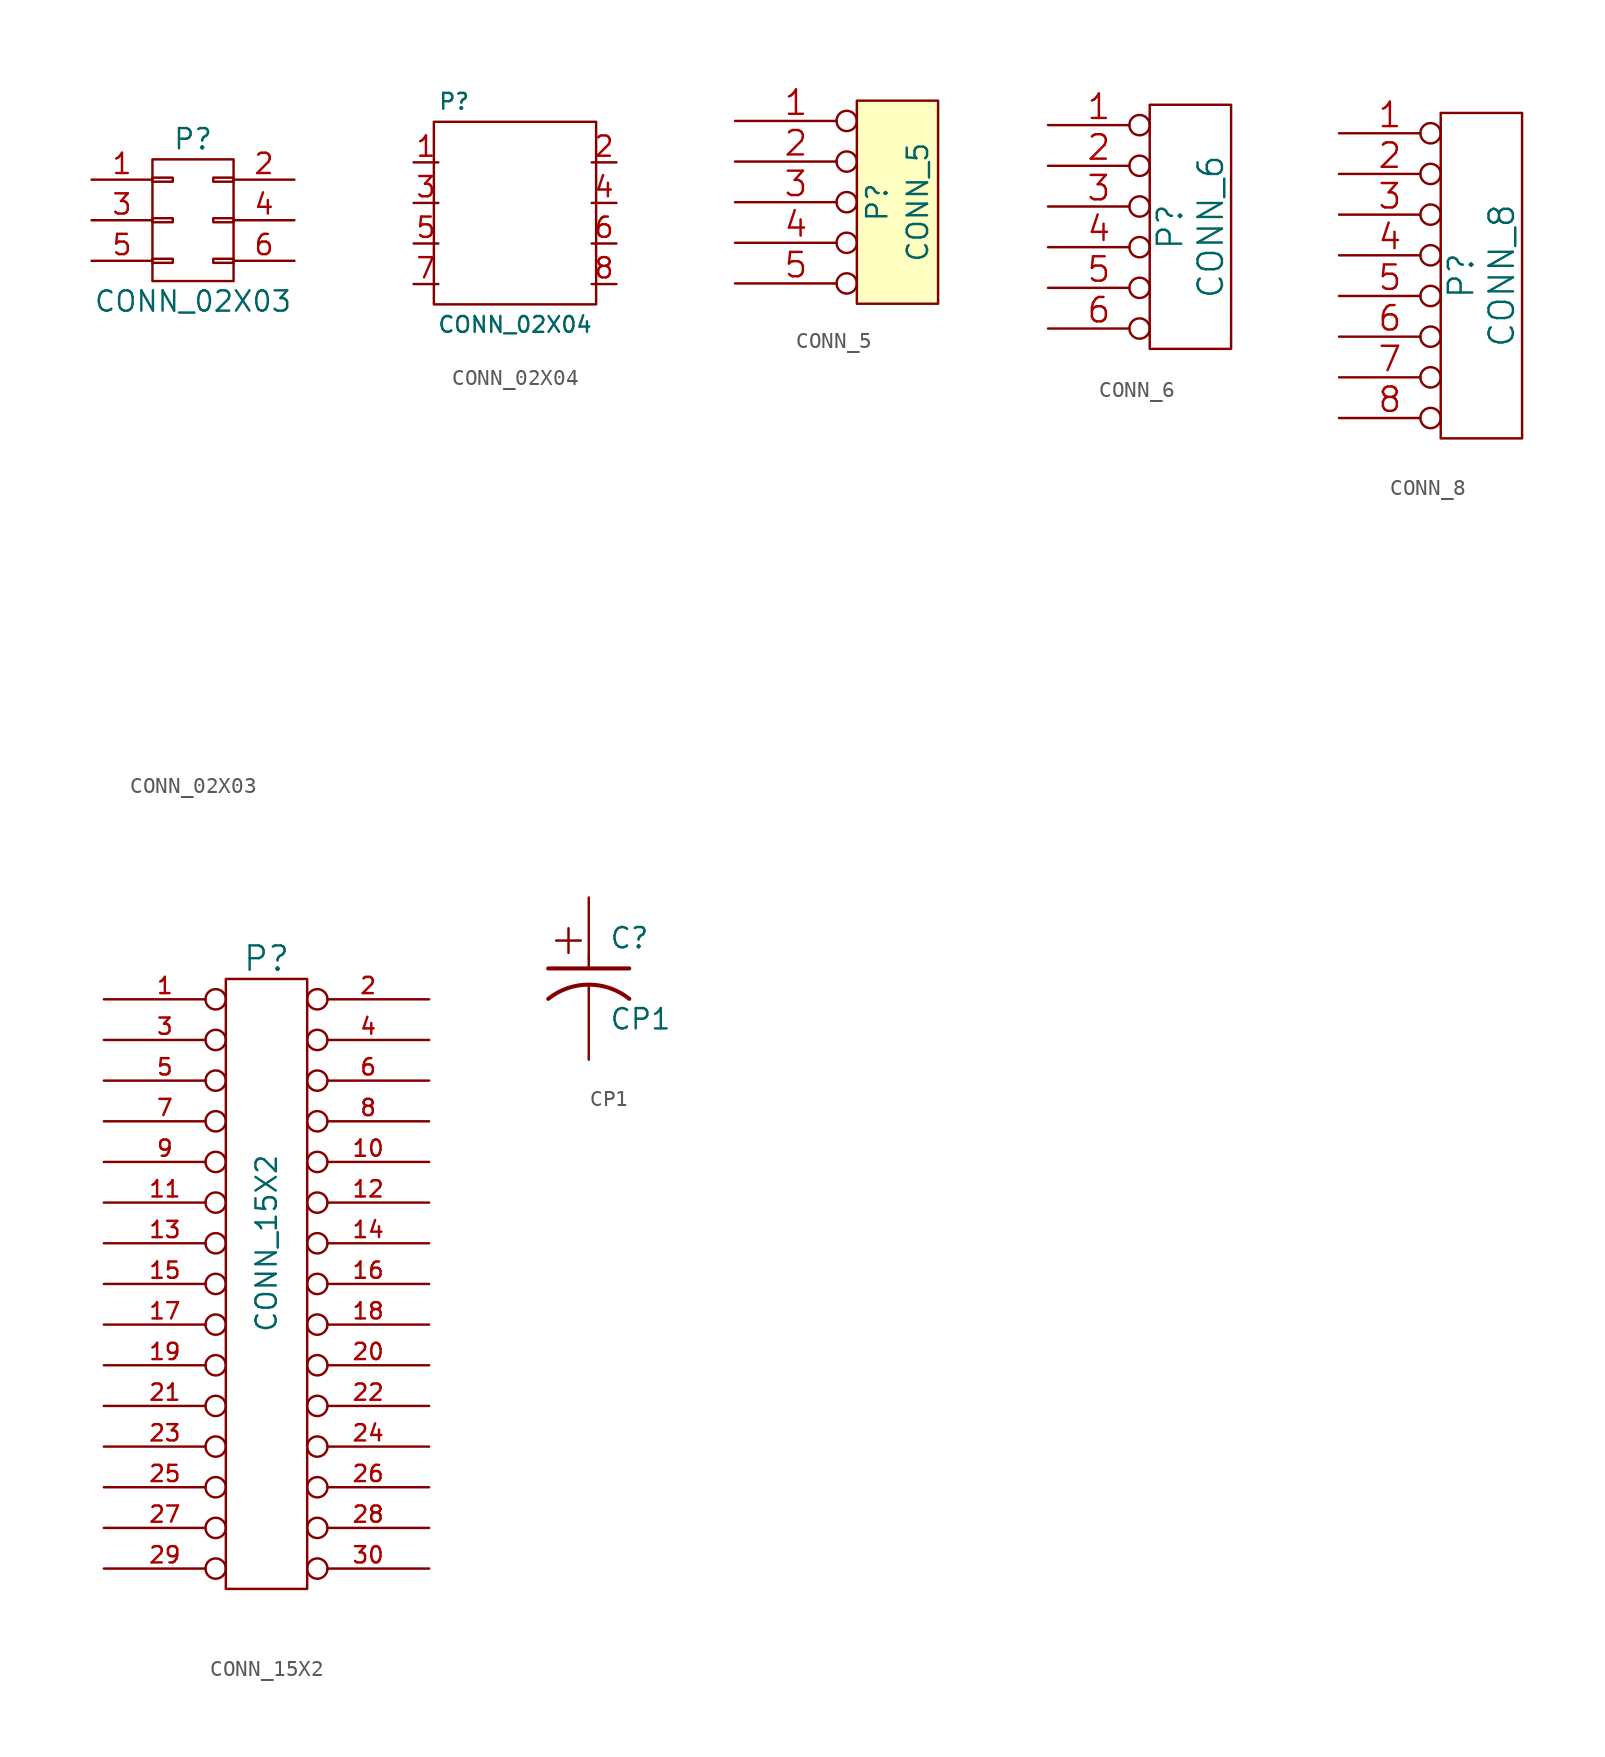
<source format=kicad_sym>
(kicad_symbol_lib
  (version 20211014)
  (generator kicad_symbol_editor)
  (symbol "CONN_02X03"
    (pin_names
      (offset 0.025) hide)
    (property "Reference" "P"
      (at 0 5.08 0)
      (effects (font (size 1.27 1.27))))
    (property "Value" "CONN_02X03"
      (at 0 -5.08 0)
      (effects (font (size 1.27 1.27))))
    (property "Footprint" ""
      (at 0 -30.48 0)
      (effects (font (size 1.27 1.27))))
    (property "Datasheet" ""
      (at 0 -30.48 0)
      (effects (font (size 1.27 1.27))))
    (symbol "CONN_02X03_0_1"
      (rectangle (start -2.54 -2.413) (end -1.27 -2.667) (stroke (width 0) (type default) (color 0 0 0 0)) (fill (type none)))
      (rectangle (start -2.54 0.127) (end -1.27 -0.127) (stroke (width 0) (type default) (color 0 0 0 0)) (fill (type none)))
      (rectangle (start -2.54 2.667) (end -1.27 2.413) (stroke (width 0) (type default) (color 0 0 0 0)) (fill (type none)))
      (rectangle (start -2.54 3.81) (end 2.54 -3.81) (stroke (width 0) (type default) (color 0 0 0 0)) (fill (type none)))
      (rectangle (start 1.27 -2.413) (end 2.54 -2.667) (stroke (width 0) (type default) (color 0 0 0 0)) (fill (type none)))
      (rectangle (start 1.27 0.127) (end 2.54 -0.127) (stroke (width 0) (type default) (color 0 0 0 0)) (fill (type none)))
      (rectangle (start 1.27 2.667) (end 2.54 2.413) (stroke (width 0) (type default) (color 0 0 0 0)) (fill (type none))))
    (symbol "CONN_02X03_1_1"
      (pin passive line (at -6.35 2.54 0) (length 3.81) (name "P1" (effects (font (size 1.27 1.27)))) (number "1" (effects (font (size 1.27 1.27)))))
      (pin passive line (at 6.35 2.54 180) (length 3.81) (name "P2" (effects (font (size 1.27 1.27)))) (number "2" (effects (font (size 1.27 1.27)))))
      (pin passive line (at -6.35 0 0) (length 3.81) (name "P3" (effects (font (size 1.27 1.27)))) (number "3" (effects (font (size 1.27 1.27)))))
      (pin passive line (at 6.35 0 180) (length 3.81) (name "P4" (effects (font (size 1.27 1.27)))) (number "4" (effects (font (size 1.27 1.27)))))
      (pin passive line (at -6.35 -2.54 0) (length 3.81) (name "P5" (effects (font (size 1.27 1.27)))) (number "5" (effects (font (size 1.27 1.27)))))
      (pin passive line (at 6.35 -2.54 180) (length 3.81) (name "P6" (effects (font (size 1.27 1.27)))) (number "6" (effects (font (size 1.27 1.27)))))))
  (symbol "CONN_02X04"
    (pin_names
      (offset 1.016))
    (property "Reference" "P"
      (at -3.81 7.62 0)
      (effects (font (size 0.991 0.991))))
    (property "Value" "CONN_02X04"
      (at 0 -6.35 0)
      (effects (font (size 0.991 0.991))))
    (symbol "CONN_02X04_0_1"
      (rectangle (start -5.08 6.35) (end 5.08 -5.08) (stroke (width 0) (type default) (color 0 0 0 0)) (fill (type none))))
    (symbol "CONN_02X04_1_1"
      (pin passive line (at -6.35 3.81 0) (length 1.549) (name "~" (effects (font (size 1.27 1.27)))) (number "1" (effects (font (size 1.27 1.27)))))
      (pin passive line (at 6.35 3.81 180) (length 1.549) (name "~" (effects (font (size 1.27 1.27)))) (number "2" (effects (font (size 1.27 1.27)))))
      (pin passive line (at -6.35 1.27 0) (length 1.549) (name "~" (effects (font (size 1.27 1.27)))) (number "3" (effects (font (size 1.27 1.27)))))
      (pin passive line (at 6.35 1.27 180) (length 1.549) (name "~" (effects (font (size 1.27 1.27)))) (number "4" (effects (font (size 1.27 1.27)))))
      (pin passive line (at -6.35 -1.27 0) (length 1.549) (name "~" (effects (font (size 1.27 1.27)))) (number "5" (effects (font (size 1.27 1.27)))))
      (pin passive line (at 6.35 -1.27 180) (length 1.549) (name "~" (effects (font (size 1.27 1.27)))) (number "6" (effects (font (size 1.27 1.27)))))
      (pin passive line (at -6.35 -3.81 0) (length 1.549) (name "~" (effects (font (size 1.27 1.27)))) (number "7" (effects (font (size 1.27 1.27)))))
      (pin passive line (at 6.35 -3.81 180) (length 1.549) (name "~" (effects (font (size 1.27 1.27)))) (number "8" (effects (font (size 1.27 1.27)))))))
  (symbol "CONN_5"
    (pin_names
      (offset 1.016))
    (property "Reference" "P"
      (at -1.27 0 90)
      (effects (font (size 1.27 1.27))))
    (property "Value" "CONN_5"
      (at 1.27 0 90)
      (effects (font (size 1.27 1.27))))
    (property "Footprint" ""
      (at 0 0 0)
      (effects (font (size 1.524 1.524))))
    (property "Datasheet" ""
      (at 0 0 0)
      (effects (font (size 1.524 1.524))))
    (symbol "CONN_5_0_1"
      (rectangle (start -2.54 6.35) (end 2.54 -6.35) (stroke (width 0) (type default) (color 0 0 0 0)) (fill (type background))))
    (symbol "CONN_5_1_1"
      (pin passive inverted (at -10.16 5.08 0) (length 7.62) (name "~" (effects (font (size 1.524 1.524)))) (number "1" (effects (font (size 1.524 1.524)))))
      (pin passive inverted (at -10.16 2.54 0) (length 7.62) (name "~" (effects (font (size 1.524 1.524)))) (number "2" (effects (font (size 1.524 1.524)))))
      (pin passive inverted (at -10.16 0 0) (length 7.62) (name "~" (effects (font (size 1.524 1.524)))) (number "3" (effects (font (size 1.524 1.524)))))
      (pin passive inverted (at -10.16 -2.54 0) (length 7.62) (name "~" (effects (font (size 1.524 1.524)))) (number "4" (effects (font (size 1.524 1.524)))))
      (pin passive inverted (at -10.16 -5.08 0) (length 7.62) (name "~" (effects (font (size 1.524 1.524)))) (number "5" (effects (font (size 1.524 1.524)))))))
  (symbol "CONN_6"
    (pin_names
      (offset 0.762) hide)
    (property "Reference" "P"
      (at -1.27 0 90)
      (effects (font (size 1.524 1.524))))
    (property "Value" "CONN_6"
      (at 1.27 0 90)
      (effects (font (size 1.524 1.524))))
    (property "Footprint" ""
      (at 0 0 0)
      (effects (font (size 1.524 1.524))))
    (property "Datasheet" ""
      (at 0 0 0)
      (effects (font (size 1.524 1.524))))
    (symbol "CONN_6_0_1"
      (rectangle (start -2.54 7.62) (end 2.54 -7.62) (stroke (width 0) (type default) (color 0 0 0 0)) (fill (type none))))
    (symbol "CONN_6_1_1"
      (pin passive inverted (at -8.89 6.35 0) (length 6.35) (name "1" (effects (font (size 1.524 1.524)))) (number "1" (effects (font (size 1.524 1.524)))))
      (pin passive inverted (at -8.89 3.81 0) (length 6.35) (name "2" (effects (font (size 1.524 1.524)))) (number "2" (effects (font (size 1.524 1.524)))))
      (pin passive inverted (at -8.89 1.27 0) (length 6.35) (name "3" (effects (font (size 1.524 1.524)))) (number "3" (effects (font (size 1.524 1.524)))))
      (pin passive inverted (at -8.89 -1.27 0) (length 6.35) (name "4" (effects (font (size 1.524 1.524)))) (number "4" (effects (font (size 1.524 1.524)))))
      (pin passive inverted (at -8.89 -3.81 0) (length 6.35) (name "5" (effects (font (size 1.524 1.524)))) (number "5" (effects (font (size 1.524 1.524)))))
      (pin passive inverted (at -8.89 -6.35 0) (length 6.35) (name "6" (effects (font (size 1.524 1.524)))) (number "6" (effects (font (size 1.524 1.524)))))))
  (symbol "CONN_8"
    (pin_names
      (offset 0.762) hide)
    (property "Reference" "P"
      (at -1.27 0 90)
      (effects (font (size 1.524 1.524))))
    (property "Value" "CONN_8"
      (at 1.27 0 90)
      (effects (font (size 1.524 1.524))))
    (property "Footprint" ""
      (at 0 2.54 0)
      (effects (font (size 1.524 1.524))))
    (property "Datasheet" ""
      (at 0 2.54 0)
      (effects (font (size 1.524 1.524))))
    (symbol "CONN_8_0_1"
      (rectangle (start -2.54 10.16) (end 2.54 -10.16) (stroke (width 0) (type default) (color 0 0 0 0)) (fill (type none))))
    (symbol "CONN_8_1_1"
      (pin passive inverted (at -8.89 8.89 0) (length 6.35) (name "1" (effects (font (size 1.524 1.524)))) (number "1" (effects (font (size 1.524 1.524)))))
      (pin passive inverted (at -8.89 6.35 0) (length 6.35) (name "2" (effects (font (size 1.524 1.524)))) (number "2" (effects (font (size 1.524 1.524)))))
      (pin passive inverted (at -8.89 3.81 0) (length 6.35) (name "3" (effects (font (size 1.524 1.524)))) (number "3" (effects (font (size 1.524 1.524)))))
      (pin passive inverted (at -8.89 1.27 0) (length 6.35) (name "4" (effects (font (size 1.524 1.524)))) (number "4" (effects (font (size 1.524 1.524)))))
      (pin passive inverted (at -8.89 -1.27 0) (length 6.35) (name "5" (effects (font (size 1.524 1.524)))) (number "5" (effects (font (size 1.524 1.524)))))
      (pin passive inverted (at -8.89 -3.81 0) (length 6.35) (name "6" (effects (font (size 1.524 1.524)))) (number "6" (effects (font (size 1.524 1.524)))))
      (pin passive inverted (at -8.89 -6.35 0) (length 6.35) (name "~" (effects (font (size 1.524 1.524)))) (number "7" (effects (font (size 1.524 1.524)))))
      (pin passive inverted (at -8.89 -8.89 0) (length 6.35) (name "~" (effects (font (size 1.524 1.524)))) (number "8" (effects (font (size 1.524 1.524)))))))
  (symbol "CONN_15X2"
    (pin_names
      (offset 0.254) hide)
    (property "Reference" "P"
      (at 0 20.32 0)
      (effects (font (size 1.524 1.524))))
    (property "Value" "CONN_15X2"
      (at 0 2.54 90)
      (effects (font (size 1.27 1.27))))
    (property "Footprint" ""
      (at 0 0 0)
      (effects (font (size 1.524 1.524))))
    (property "Datasheet" ""
      (at 0 0 0)
      (effects (font (size 1.524 1.524))))
    (symbol "CONN_15X2_0_1"
      (rectangle (start -2.54 19.05) (end 2.54 -19.05) (stroke (width 0) (type default) (color 0 0 0 0)) (fill (type none))))
    (symbol "CONN_15X2_1_1"
      (pin passive inverted (at -10.16 17.78 0) (length 7.62) (name "P1" (effects (font (size 0.762 0.762)))) (number "1" (effects (font (size 1.016 1.016)))))
      (pin passive inverted (at 10.16 7.62 180) (length 7.62) (name "P10" (effects (font (size 0.762 0.762)))) (number "10" (effects (font (size 1.016 1.016)))))
      (pin passive inverted (at -10.16 5.08 0) (length 7.62) (name "P11" (effects (font (size 0.762 0.762)))) (number "11" (effects (font (size 1.016 1.016)))))
      (pin passive inverted (at 10.16 5.08 180) (length 7.62) (name "P12" (effects (font (size 0.762 0.762)))) (number "12" (effects (font (size 1.016 1.016)))))
      (pin passive inverted (at -10.16 2.54 0) (length 7.62) (name "P13" (effects (font (size 0.762 0.762)))) (number "13" (effects (font (size 1.016 1.016)))))
      (pin passive inverted (at 10.16 2.54 180) (length 7.62) (name "P14" (effects (font (size 0.762 0.762)))) (number "14" (effects (font (size 1.016 1.016)))))
      (pin passive inverted (at -10.16 0 0) (length 7.62) (name "P15" (effects (font (size 0.762 0.762)))) (number "15" (effects (font (size 1.016 1.016)))))
      (pin passive inverted (at 10.16 0 180) (length 7.62) (name "P16" (effects (font (size 0.762 0.762)))) (number "16" (effects (font (size 1.016 1.016)))))
      (pin passive inverted (at -10.16 -2.54 0) (length 7.62) (name "P17" (effects (font (size 0.762 0.762)))) (number "17" (effects (font (size 1.016 1.016)))))
      (pin passive inverted (at 10.16 -2.54 180) (length 7.62) (name "P18" (effects (font (size 0.762 0.762)))) (number "18" (effects (font (size 1.016 1.016)))))
      (pin passive inverted (at -10.16 -5.08 0) (length 7.62) (name "P19" (effects (font (size 0.762 0.762)))) (number "19" (effects (font (size 1.016 1.016)))))
      (pin passive inverted (at 10.16 17.78 180) (length 7.62) (name "P2" (effects (font (size 0.762 0.762)))) (number "2" (effects (font (size 1.016 1.016)))))
      (pin passive inverted (at 10.16 -5.08 180) (length 7.62) (name "P20" (effects (font (size 0.762 0.762)))) (number "20" (effects (font (size 1.016 1.016)))))
      (pin passive inverted (at -10.16 -7.62 0) (length 7.62) (name "P21" (effects (font (size 0.762 0.762)))) (number "21" (effects (font (size 1.016 1.016)))))
      (pin passive inverted (at 10.16 -7.62 180) (length 7.62) (name "P22" (effects (font (size 0.762 0.762)))) (number "22" (effects (font (size 1.016 1.016)))))
      (pin passive inverted (at -10.16 -10.16 0) (length 7.62) (name "P23" (effects (font (size 0.762 0.762)))) (number "23" (effects (font (size 1.016 1.016)))))
      (pin passive inverted (at 10.16 -10.16 180) (length 7.62) (name "P20" (effects (font (size 0.762 0.762)))) (number "24" (effects (font (size 1.016 1.016)))))
      (pin passive inverted (at -10.16 -12.7 0) (length 7.62) (name "P24" (effects (font (size 0.762 0.762)))) (number "25" (effects (font (size 1.016 1.016)))))
      (pin passive inverted (at 10.16 -12.7 180) (length 7.62) (name "P22" (effects (font (size 0.762 0.762)))) (number "26" (effects (font (size 1.016 1.016)))))
      (pin input inverted (at -10.16 -15.24 0) (length 7.62) (name "P27" (effects (font (size 0.762 0.762)))) (number "27" (effects (font (size 1.016 1.016)))))
      (pin input inverted (at 10.16 -15.24 180) (length 7.62) (name "P28" (effects (font (size 0.762 0.762)))) (number "28" (effects (font (size 1.016 1.016)))))
      (pin input inverted (at -10.16 -17.78 0) (length 7.62) (name "P29" (effects (font (size 0.762 0.762)))) (number "29" (effects (font (size 1.016 1.016)))))
      (pin passive inverted (at -10.16 15.24 0) (length 7.62) (name "P3" (effects (font (size 0.762 0.762)))) (number "3" (effects (font (size 1.016 1.016)))))
      (pin input inverted (at 10.16 -17.78 180) (length 7.62) (name "P30" (effects (font (size 0.762 0.762)))) (number "30" (effects (font (size 1.016 1.016)))))
      (pin passive inverted (at 10.16 15.24 180) (length 7.62) (name "P4" (effects (font (size 0.762 0.762)))) (number "4" (effects (font (size 1.016 1.016)))))
      (pin passive inverted (at -10.16 12.7 0) (length 7.62) (name "P5" (effects (font (size 0.762 0.762)))) (number "5" (effects (font (size 1.016 1.016)))))
      (pin passive inverted (at 10.16 12.7 180) (length 7.62) (name "P6" (effects (font (size 0.762 0.762)))) (number "6" (effects (font (size 1.016 1.016)))))
      (pin passive inverted (at -10.16 10.16 0) (length 7.62) (name "P7" (effects (font (size 0.762 0.762)))) (number "7" (effects (font (size 1.016 1.016)))))
      (pin passive inverted (at 10.16 10.16 180) (length 7.62) (name "P8" (effects (font (size 0.762 0.762)))) (number "8" (effects (font (size 1.016 1.016)))))
      (pin passive inverted (at -10.16 7.62 0) (length 7.62) (name "P9" (effects (font (size 0.762 0.762)))) (number "9" (effects (font (size 1.016 1.016)))))))
  (symbol "CP1"
    (pin_numbers hide)
    (pin_names
      (offset 0.254) hide)
    (property "Reference" "C"
      (at 1.27 2.54 0)
      (effects (font (size 1.27 1.27)) (justify left)))
    (property "Value" "CP1"
      (at 1.27 -2.54 0)
      (effects (font (size 1.27 1.27)) (justify left)))
    (property "Footprint" ""
      (at 0 0 0)
      (effects (font (size 1.524 1.524))))
    (property "Datasheet" ""
      (at 0 0 0)
      (effects (font (size 1.524 1.524))))
    (symbol "CP1_0_0"
      (text "+" (at -1.27 2.54 0) (effects (font (size 2.032 2.032)))))
    (symbol "CP1_0_1"
      (polyline (pts (xy 0 1.27) (xy 0 0.762) (xy 0 0.762)) (stroke (width 0) (type default) (color 0 0 0 0)) (fill (type none)))
      (polyline (pts (xy 2.54 0.635) (xy -2.54 0.635) (xy -2.54 0.635)) (stroke (width 0.254) (type default) (color 0 0 0 0)) (fill (type none)))
      (arc (start 2.54 -1.27) (mid 0 -0.379) (end -2.54 -1.27) (stroke (width 0.254) (type default) (color 0 0 0 0)) (fill (type none))))
    (symbol "CP1_1_1"
      (pin passive line (at 0 5.08 270) (length 3.81) (name "~" (effects (font (size 1.016 1.016)))) (number "1" (effects (font (size 1.016 1.016)))))
      (pin passive line (at 0 -5.08 90) (length 4.572) (name "~" (effects (font (size 1.016 1.016)))) (number "2" (effects (font (size 1.016 1.016))))))))
</source>
